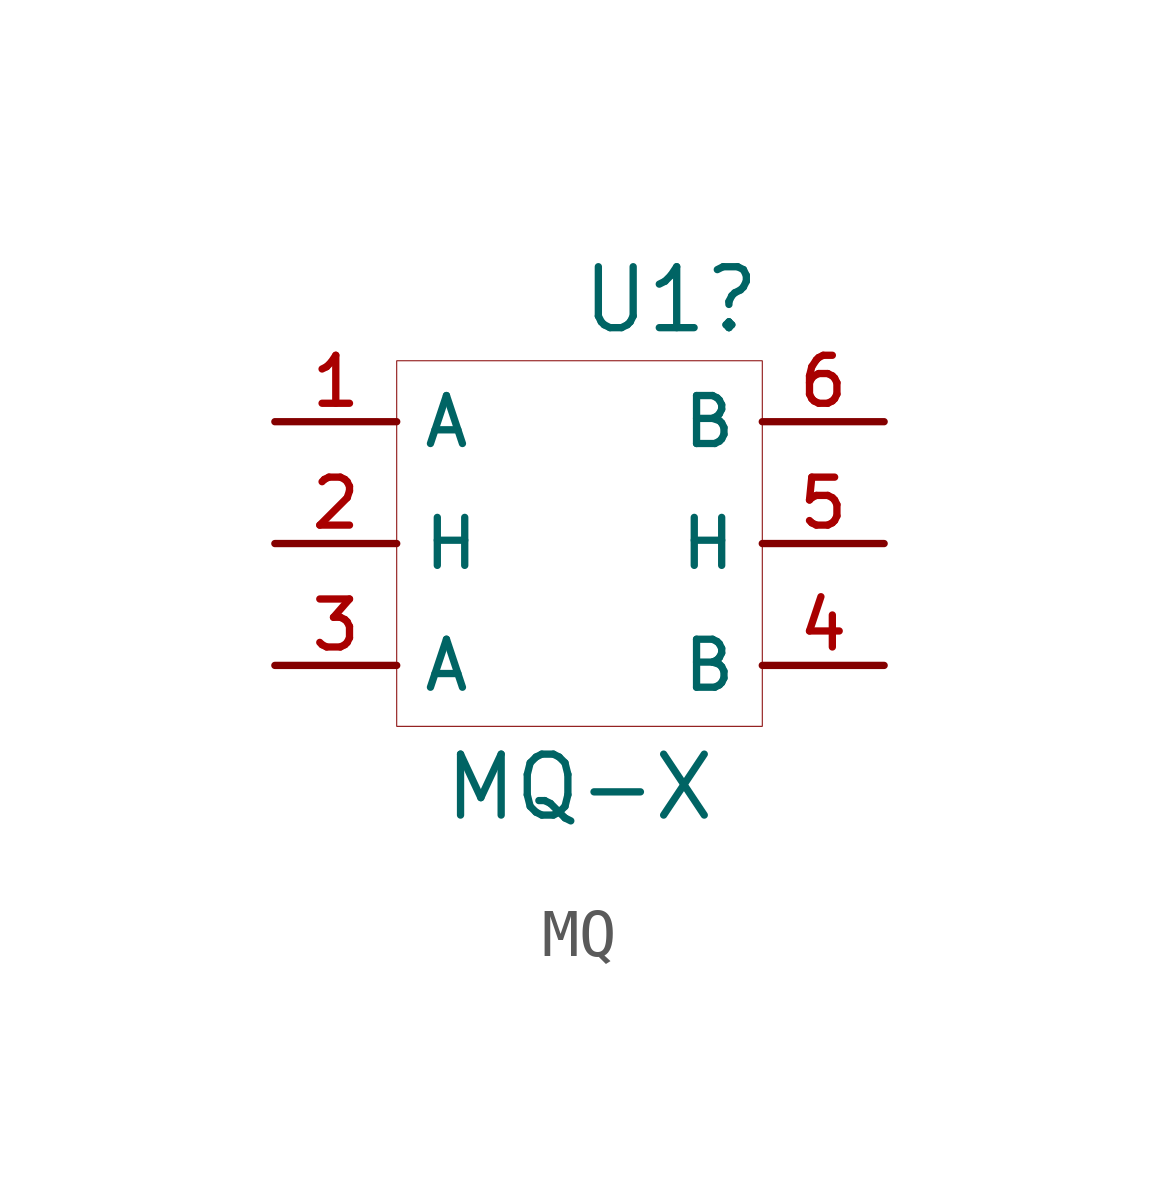
<source format=kicad_sym>
(kicad_symbol_lib
  (version 20241209)
  (generator "kicad_symbol_editor")
  (generator_version "9.0")
  (symbol "MQ"
    (property "Reference" "U1"
      (at 1.905 5.08 0)
      (effects (font (size 1.27 1.27))))
    (property "Value" "MQ-X"
      (at 0 -5.08 0)
      (effects (font (size 1.27 1.27))))
    (property "Description" ""
      (at 0 0 0)
      (effects (font (size 1.27 1.27))))
    (symbol "MQ_0_1"
      (rectangle (start -3.81 3.81) (end 3.81 -3.81) (stroke (width 0.001) (type default)) (fill (type none))))
    (symbol "MQ_1_1"
      (pin input line (at -6.35 2.54 0) (length 2.54) (name "A" (effects (font (size 1 1)))) (number "1" (effects (font (size 1 1)))))
      (pin input line (at -6.35 0 0) (length 2.54) (name "H" (effects (font (size 1 1)))) (number "2" (effects (font (size 1 1)))))
      (pin input line (at -6.35 -2.54 0) (length 2.54) (name "A" (effects (font (size 1 1)))) (number "3" (effects (font (size 1 1)))))
      (pin input line (at 6.35 2.54 180) (length 2.54) (name "B" (effects (font (size 1 1)))) (number "6" (effects (font (size 1 1)))))
      (pin input line (at 6.35 0 180) (length 2.54) (name "H" (effects (font (size 1 1)))) (number "5" (effects (font (size 1 1)))))
      (pin input line (at 6.35 -2.54 180) (length 2.54) (name "B" (effects (font (size 1 1)))) (number "4" (effects (font (size 1 1))))))))
</source>
